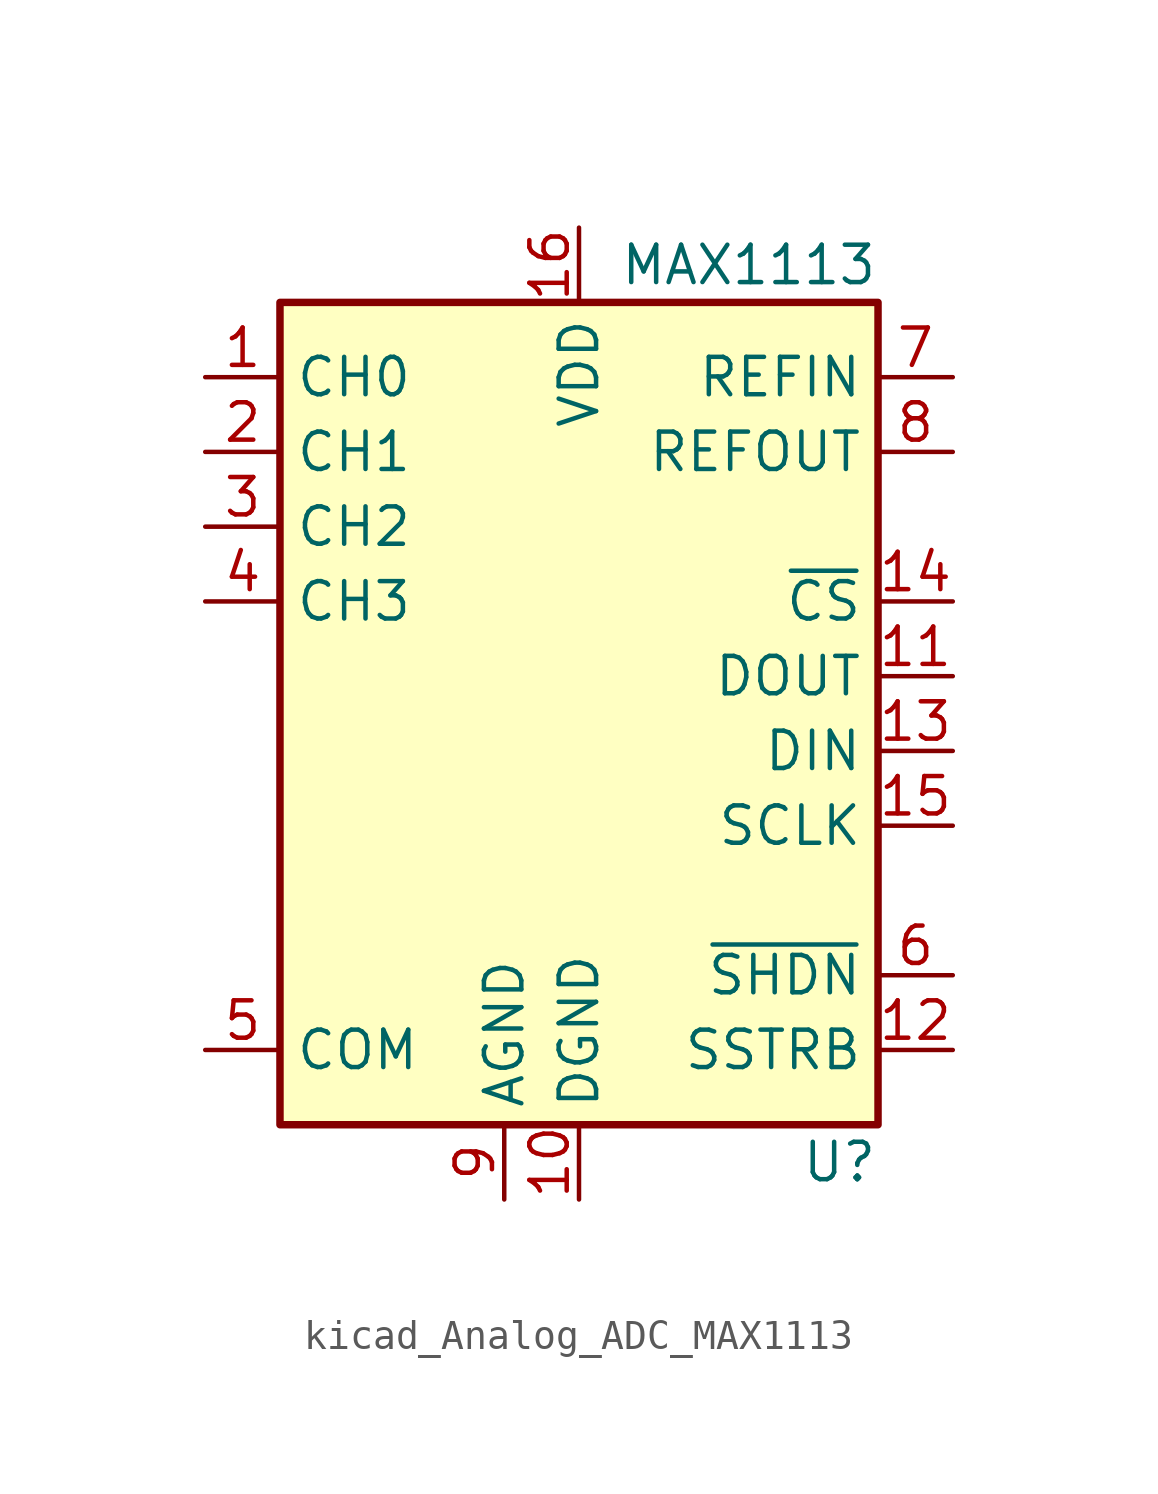
<source format=kicad_sym>
(kicad_symbol_lib
  (version 20220914)
  (generator kicad_symbol_editor)
  (symbol "kicad_Analog_ADC_MAX1113"
    (property "Reference" "U"
      (at 10.16 -13.97 0)
      (effects (font (size 1.27 1.27)) (justify right)))
    (property "Value" "MAX1113"
      (at 10.16 16.51 0)
      (effects (font (size 1.27 1.27)) (justify right)))
    (symbol "kicad_Analog_ADC_MAX1113_0_1"
      (rectangle (start 10.16 15.24) (end -10.16 -12.7) (stroke (width 0.254) (type default)) (fill (type background))))
    (symbol "kicad_Analog_ADC_MAX1113_1_1"
      (pin input line (at -12.7 12.7 0) (length 2.54) (name "CH0" (effects (font (size 1.27 1.27)))) (number "1" (effects (font (size 1.27 1.27)))))
      (pin power_in line (at 0 -15.24 90) (length 2.54) (name "DGND" (effects (font (size 1.27 1.27)))) (number "10" (effects (font (size 1.27 1.27)))))
      (pin output line (at 12.7 2.54 180) (length 2.54) (name "DOUT" (effects (font (size 1.27 1.27)))) (number "11" (effects (font (size 1.27 1.27)))))
      (pin output line (at 12.7 -10.16 180) (length 2.54) (name "SSTRB" (effects (font (size 1.27 1.27)))) (number "12" (effects (font (size 1.27 1.27)))))
      (pin input line (at 12.7 0 180) (length 2.54) (name "DIN" (effects (font (size 1.27 1.27)))) (number "13" (effects (font (size 1.27 1.27)))))
      (pin input line (at 12.7 5.08 180) (length 2.54) (name "~{CS}" (effects (font (size 1.27 1.27)))) (number "14" (effects (font (size 1.27 1.27)))))
      (pin input line (at 12.7 -2.54 180) (length 2.54) (name "SCLK" (effects (font (size 1.27 1.27)))) (number "15" (effects (font (size 1.27 1.27)))))
      (pin power_in line (at 0 17.78 270) (length 2.54) (name "VDD" (effects (font (size 1.27 1.27)))) (number "16" (effects (font (size 1.27 1.27)))))
      (pin input line (at -12.7 10.16 0) (length 2.54) (name "CH1" (effects (font (size 1.27 1.27)))) (number "2" (effects (font (size 1.27 1.27)))))
      (pin input line (at -12.7 7.62 0) (length 2.54) (name "CH2" (effects (font (size 1.27 1.27)))) (number "3" (effects (font (size 1.27 1.27)))))
      (pin input line (at -12.7 5.08 0) (length 2.54) (name "CH3" (effects (font (size 1.27 1.27)))) (number "4" (effects (font (size 1.27 1.27)))))
      (pin power_in line (at -12.7 -10.16 0) (length 2.54) (name "COM" (effects (font (size 1.27 1.27)))) (number "5" (effects (font (size 1.27 1.27)))))
      (pin input line (at 12.7 -7.62 180) (length 2.54) (name "~{SHDN}" (effects (font (size 1.27 1.27)))) (number "6" (effects (font (size 1.27 1.27)))))
      (pin power_in line (at 12.7 12.7 180) (length 2.54) (name "REFIN" (effects (font (size 1.27 1.27)))) (number "7" (effects (font (size 1.27 1.27)))))
      (pin power_out line (at 12.7 10.16 180) (length 2.54) (name "REFOUT" (effects (font (size 1.27 1.27)))) (number "8" (effects (font (size 1.27 1.27)))))
      (pin power_in line (at -2.54 -15.24 90) (length 2.54) (name "AGND" (effects (font (size 1.27 1.27)))) (number "9" (effects (font (size 1.27 1.27))))))))
</source>
